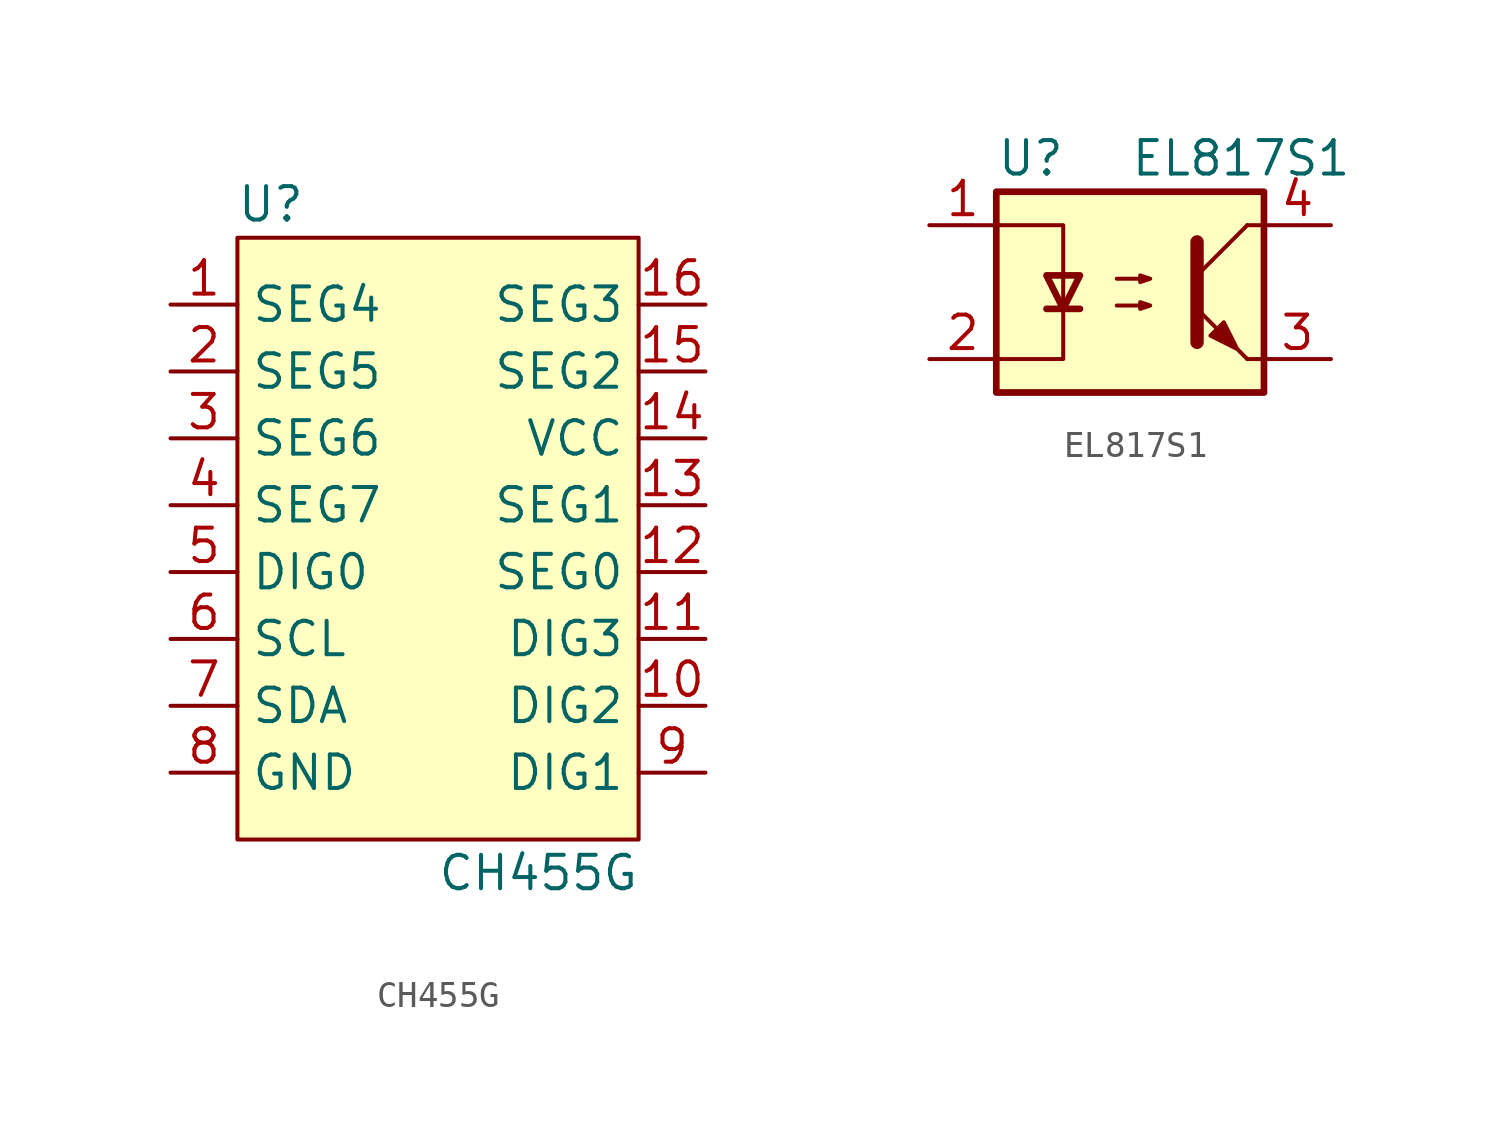
<source format=kicad_sym>
(kicad_symbol_lib
  (version 20211014)
  (generator kicad_symbol_editor)
  (symbol "CH455G"
    (property "Reference" "U"
      (at -6.35 12.7 0)
      (effects (font (size 1.27 1.27))))
    (property "Value" "CH455G"
      (at 3.81 -12.7 0)
      (effects (font (size 1.27 1.27))))
    (symbol "CH455G_0_1"
      (rectangle (start -7.62 11.43) (end 7.62 -11.43) (stroke (width 0) (type default) (color 0 0 0 0)) (fill (type background))))
    (symbol "CH455G_1_1"
      (pin output line (at -10.16 8.89 0) (length 2.54) (name "SEG4" (effects (font (size 1.27 1.27)))) (number "1" (effects (font (size 1.27 1.27)))))
      (pin output line (at 10.16 -6.35 180) (length 2.54) (name "DIG2" (effects (font (size 1.27 1.27)))) (number "10" (effects (font (size 1.27 1.27)))))
      (pin output line (at 10.16 -3.81 180) (length 2.54) (name "DIG3" (effects (font (size 1.27 1.27)))) (number "11" (effects (font (size 1.27 1.27)))))
      (pin output line (at 10.16 -1.27 180) (length 2.54) (name "SEG0" (effects (font (size 1.27 1.27)))) (number "12" (effects (font (size 1.27 1.27)))))
      (pin output line (at 10.16 1.27 180) (length 2.54) (name "SEG1" (effects (font (size 1.27 1.27)))) (number "13" (effects (font (size 1.27 1.27)))))
      (pin power_in line (at 10.16 3.81 180) (length 2.54) (name "VCC" (effects (font (size 1.27 1.27)))) (number "14" (effects (font (size 1.27 1.27)))))
      (pin input line (at 10.16 6.35 180) (length 2.54) (name "SEG2" (effects (font (size 1.27 1.27)))) (number "15" (effects (font (size 1.27 1.27)))))
      (pin input line (at 10.16 8.89 180) (length 2.54) (name "SEG3" (effects (font (size 1.27 1.27)))) (number "16" (effects (font (size 1.27 1.27)))))
      (pin output line (at -10.16 6.35 0) (length 2.54) (name "SEG5" (effects (font (size 1.27 1.27)))) (number "2" (effects (font (size 1.27 1.27)))))
      (pin output line (at -10.16 3.81 0) (length 2.54) (name "SEG6" (effects (font (size 1.27 1.27)))) (number "3" (effects (font (size 1.27 1.27)))))
      (pin output line (at -10.16 1.27 0) (length 2.54) (name "SEG7" (effects (font (size 1.27 1.27)))) (number "4" (effects (font (size 1.27 1.27)))))
      (pin output line (at -10.16 -1.27 0) (length 2.54) (name "DIG0" (effects (font (size 1.27 1.27)))) (number "5" (effects (font (size 1.27 1.27)))))
      (pin input line (at -10.16 -3.81 0) (length 2.54) (name "SCL" (effects (font (size 1.27 1.27)))) (number "6" (effects (font (size 1.27 1.27)))))
      (pin bidirectional line (at -10.16 -6.35 0) (length 2.54) (name "SDA" (effects (font (size 1.27 1.27)))) (number "7" (effects (font (size 1.27 1.27)))))
      (pin power_in line (at -10.16 -8.89 0) (length 2.54) (name "GND" (effects (font (size 1.27 1.27)))) (number "8" (effects (font (size 1.27 1.27)))))
      (pin output line (at 10.16 -8.89 180) (length 2.54) (name "DIG1" (effects (font (size 1.27 1.27)))) (number "9" (effects (font (size 1.27 1.27)))))))
  (symbol "EL817S1"
    (property "Reference" "U"
      (at -5.08 5.08 0)
      (effects (font (size 1.27 1.27)) (justify left)))
    (property "Value" "EL817S1"
      (at 0 5.08 0)
      (effects (font (size 1.27 1.27)) (justify left)))
    (symbol "EL817S1_0_1"
      (rectangle (start -5.08 3.81) (end 5.08 -3.81) (stroke (width 0.254) (type default) (color 0 0 0 0)) (fill (type background)))
      (polyline (pts (xy -3.175 -0.635) (xy -1.905 -0.635)) (stroke (width 0.254) (type default) (color 0 0 0 0)) (fill (type none)))
      (polyline (pts (xy 2.54 0.635) (xy 4.445 2.54)) (stroke (width 0) (type default) (color 0 0 0 0)) (fill (type none)))
      (polyline (pts (xy 4.445 -2.54) (xy 2.54 -0.635)) (stroke (width 0) (type default) (color 0 0 0 0)) (fill (type outline)))
      (polyline (pts (xy 4.445 -2.54) (xy 5.08 -2.54)) (stroke (width 0) (type default) (color 0 0 0 0)) (fill (type none)))
      (polyline (pts (xy 4.445 2.54) (xy 5.08 2.54)) (stroke (width 0) (type default) (color 0 0 0 0)) (fill (type none)))
      (polyline (pts (xy -5.08 2.54) (xy -2.54 2.54) (xy -2.54 -0.635)) (stroke (width 0) (type default) (color 0 0 0 0)) (fill (type none)))
      (polyline (pts (xy -2.54 -0.635) (xy -2.54 -2.54) (xy -5.08 -2.54)) (stroke (width 0) (type default) (color 0 0 0 0)) (fill (type none)))
      (polyline (pts (xy 2.54 1.905) (xy 2.54 -1.905) (xy 2.54 -1.905)) (stroke (width 0.508) (type default) (color 0 0 0 0)) (fill (type none)))
      (polyline (pts (xy -2.54 -0.635) (xy -3.175 0.635) (xy -1.905 0.635) (xy -2.54 -0.635)) (stroke (width 0.254) (type default) (color 0 0 0 0)) (fill (type none)))
      (polyline (pts (xy -0.508 -0.508) (xy 0.762 -0.508) (xy 0.381 -0.635) (xy 0.381 -0.381) (xy 0.762 -0.508)) (stroke (width 0) (type default) (color 0 0 0 0)) (fill (type none)))
      (polyline (pts (xy -0.508 0.508) (xy 0.762 0.508) (xy 0.381 0.381) (xy 0.381 0.635) (xy 0.762 0.508)) (stroke (width 0) (type default) (color 0 0 0 0)) (fill (type none)))
      (polyline (pts (xy 3.048 -1.651) (xy 3.556 -1.143) (xy 4.064 -2.159) (xy 3.048 -1.651) (xy 3.048 -1.651)) (stroke (width 0) (type default) (color 0 0 0 0)) (fill (type outline))))
    (symbol "EL817S1_1_1"
      (pin passive line (at -7.62 2.54 0) (length 2.54) (name "~" (effects (font (size 1.27 1.27)))) (number "1" (effects (font (size 1.27 1.27)))))
      (pin passive line (at -7.62 -2.54 0) (length 2.54) (name "~" (effects (font (size 1.27 1.27)))) (number "2" (effects (font (size 1.27 1.27)))))
      (pin passive line (at 7.62 -2.54 180) (length 2.54) (name "~" (effects (font (size 1.27 1.27)))) (number "3" (effects (font (size 1.27 1.27)))))
      (pin passive line (at 7.62 2.54 180) (length 2.54) (name "~" (effects (font (size 1.27 1.27)))) (number "4" (effects (font (size 1.27 1.27))))))))
</source>
